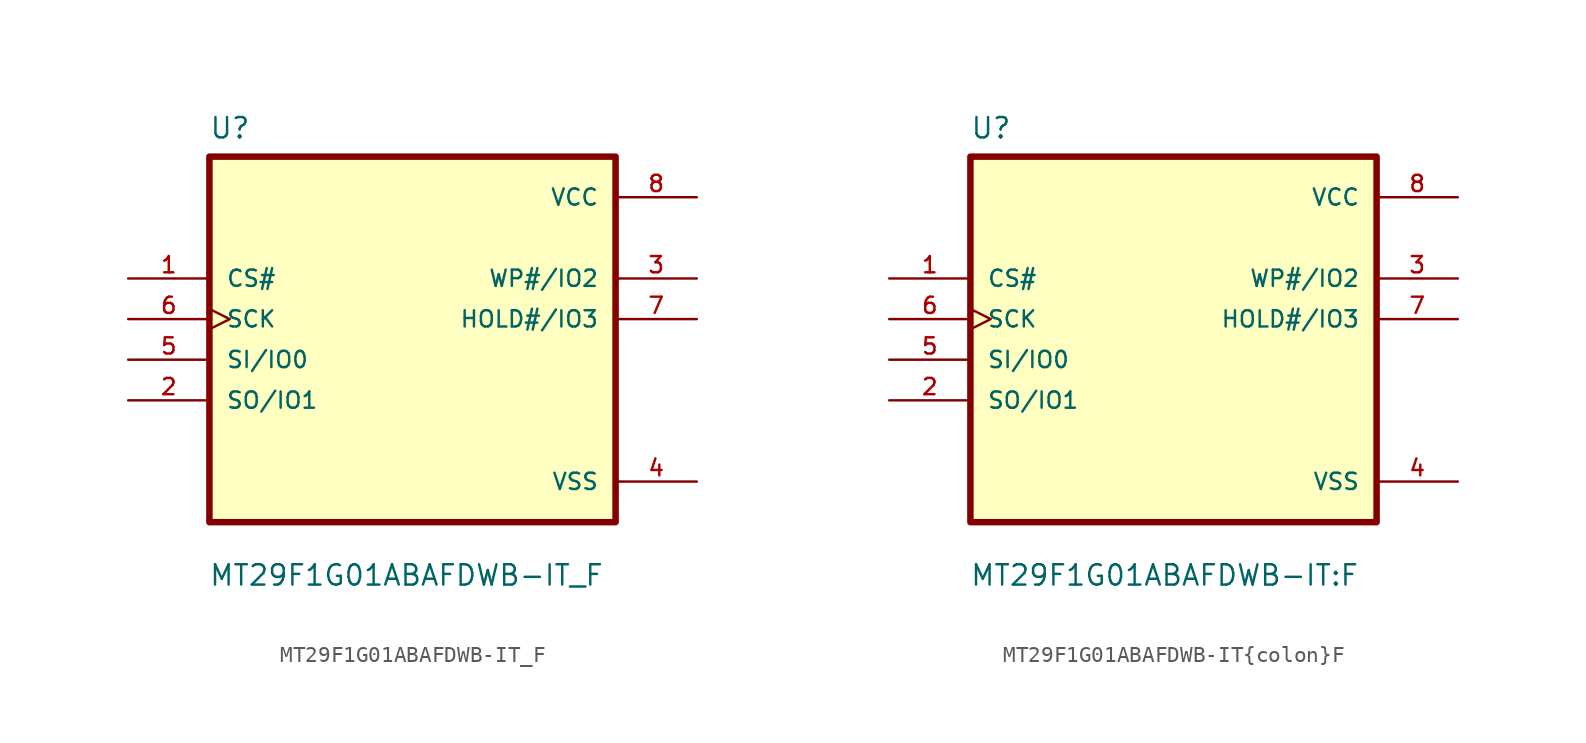
<source format=kicad_sym>
(kicad_symbol_lib
  (version 20211014)
  (generator kicad_symbol_editor)
  (symbol "MT29F1G01ABAFDWB-IT_F"
    (pin_names
      (offset 1.016))
    (property "Reference" "U"
      (at -12.725 13.741 0)
      (effects (font (size 1.27 1.27)) (justify left bottom)))
    (property "Value" "MT29F1G01ABAFDWB-IT_F"
      (at -12.751 -14.224 0)
      (effects (font (size 1.27 1.27)) (justify left bottom)))
    (symbol "MT29F1G01ABAFDWB-IT_F_0_0"
      (rectangle (start -12.7 -10.16) (end 12.7 12.7) (stroke (width 0.406) (type default) (color 0 0 0 0)) (fill (type background)))
      (pin input line (at -17.78 5.08 0) (length 5.08) (name "CS#" (effects (font (size 1.016 1.016)))) (number "1" (effects (font (size 1.016 1.016)))))
      (pin bidirectional line (at -17.78 -2.54 0) (length 5.08) (name "SO/IO1" (effects (font (size 1.016 1.016)))) (number "2" (effects (font (size 1.016 1.016)))))
      (pin bidirectional line (at 17.78 5.08 180) (length 5.08) (name "WP#/IO2" (effects (font (size 1.016 1.016)))) (number "3" (effects (font (size 1.016 1.016)))))
      (pin power_in line (at 17.78 -7.62 180) (length 5.08) (name "VSS" (effects (font (size 1.016 1.016)))) (number "4" (effects (font (size 1.016 1.016)))))
      (pin bidirectional line (at -17.78 0 0) (length 5.08) (name "SI/IO0" (effects (font (size 1.016 1.016)))) (number "5" (effects (font (size 1.016 1.016)))))
      (pin input clock (at -17.78 2.54 0) (length 5.08) (name "SCK" (effects (font (size 1.016 1.016)))) (number "6" (effects (font (size 1.016 1.016)))))
      (pin bidirectional line (at 17.78 2.54 180) (length 5.08) (name "HOLD#/IO3" (effects (font (size 1.016 1.016)))) (number "7" (effects (font (size 1.016 1.016)))))
      (pin power_in line (at 17.78 10.16 180) (length 5.08) (name "VCC" (effects (font (size 1.016 1.016)))) (number "8" (effects (font (size 1.016 1.016)))))))
  (symbol "MT29F1G01ABAFDWB-IT{colon}F"
    (pin_names
      (offset 1.016))
    (property "Reference" "U"
      (at -12.725 13.741 0)
      (effects (font (size 1.27 1.27)) (justify left bottom)))
    (property "Value" "MT29F1G01ABAFDWB-IT{colon}F"
      (at -12.751 -14.224 0)
      (effects (font (size 1.27 1.27)) (justify left bottom)))
    (property "ki_locked" ""
      (at 0 0 0)
      (effects (font (size 1.27 1.27))))
    (symbol "MT29F1G01ABAFDWB-IT{colon}F_0_0"
      (rectangle (start -12.7 -10.16) (end 12.7 12.7) (stroke (width 0.406) (type default) (color 0 0 0 0)) (fill (type background)))
      (pin input line (at -17.78 5.08 0) (length 5.08) (name "CS#" (effects (font (size 1.016 1.016)))) (number "1" (effects (font (size 1.016 1.016)))))
      (pin bidirectional line (at -17.78 -2.54 0) (length 5.08) (name "SO/IO1" (effects (font (size 1.016 1.016)))) (number "2" (effects (font (size 1.016 1.016)))))
      (pin bidirectional line (at 17.78 5.08 180) (length 5.08) (name "WP#/IO2" (effects (font (size 1.016 1.016)))) (number "3" (effects (font (size 1.016 1.016)))))
      (pin power_in line (at 17.78 -7.62 180) (length 5.08) (name "VSS" (effects (font (size 1.016 1.016)))) (number "4" (effects (font (size 1.016 1.016)))))
      (pin bidirectional line (at -17.78 0 0) (length 5.08) (name "SI/IO0" (effects (font (size 1.016 1.016)))) (number "5" (effects (font (size 1.016 1.016)))))
      (pin input clock (at -17.78 2.54 0) (length 5.08) (name "SCK" (effects (font (size 1.016 1.016)))) (number "6" (effects (font (size 1.016 1.016)))))
      (pin bidirectional line (at 17.78 2.54 180) (length 5.08) (name "HOLD#/IO3" (effects (font (size 1.016 1.016)))) (number "7" (effects (font (size 1.016 1.016)))))
      (pin power_in line (at 17.78 10.16 180) (length 5.08) (name "VCC" (effects (font (size 1.016 1.016)))) (number "8" (effects (font (size 1.016 1.016))))))))
</source>
